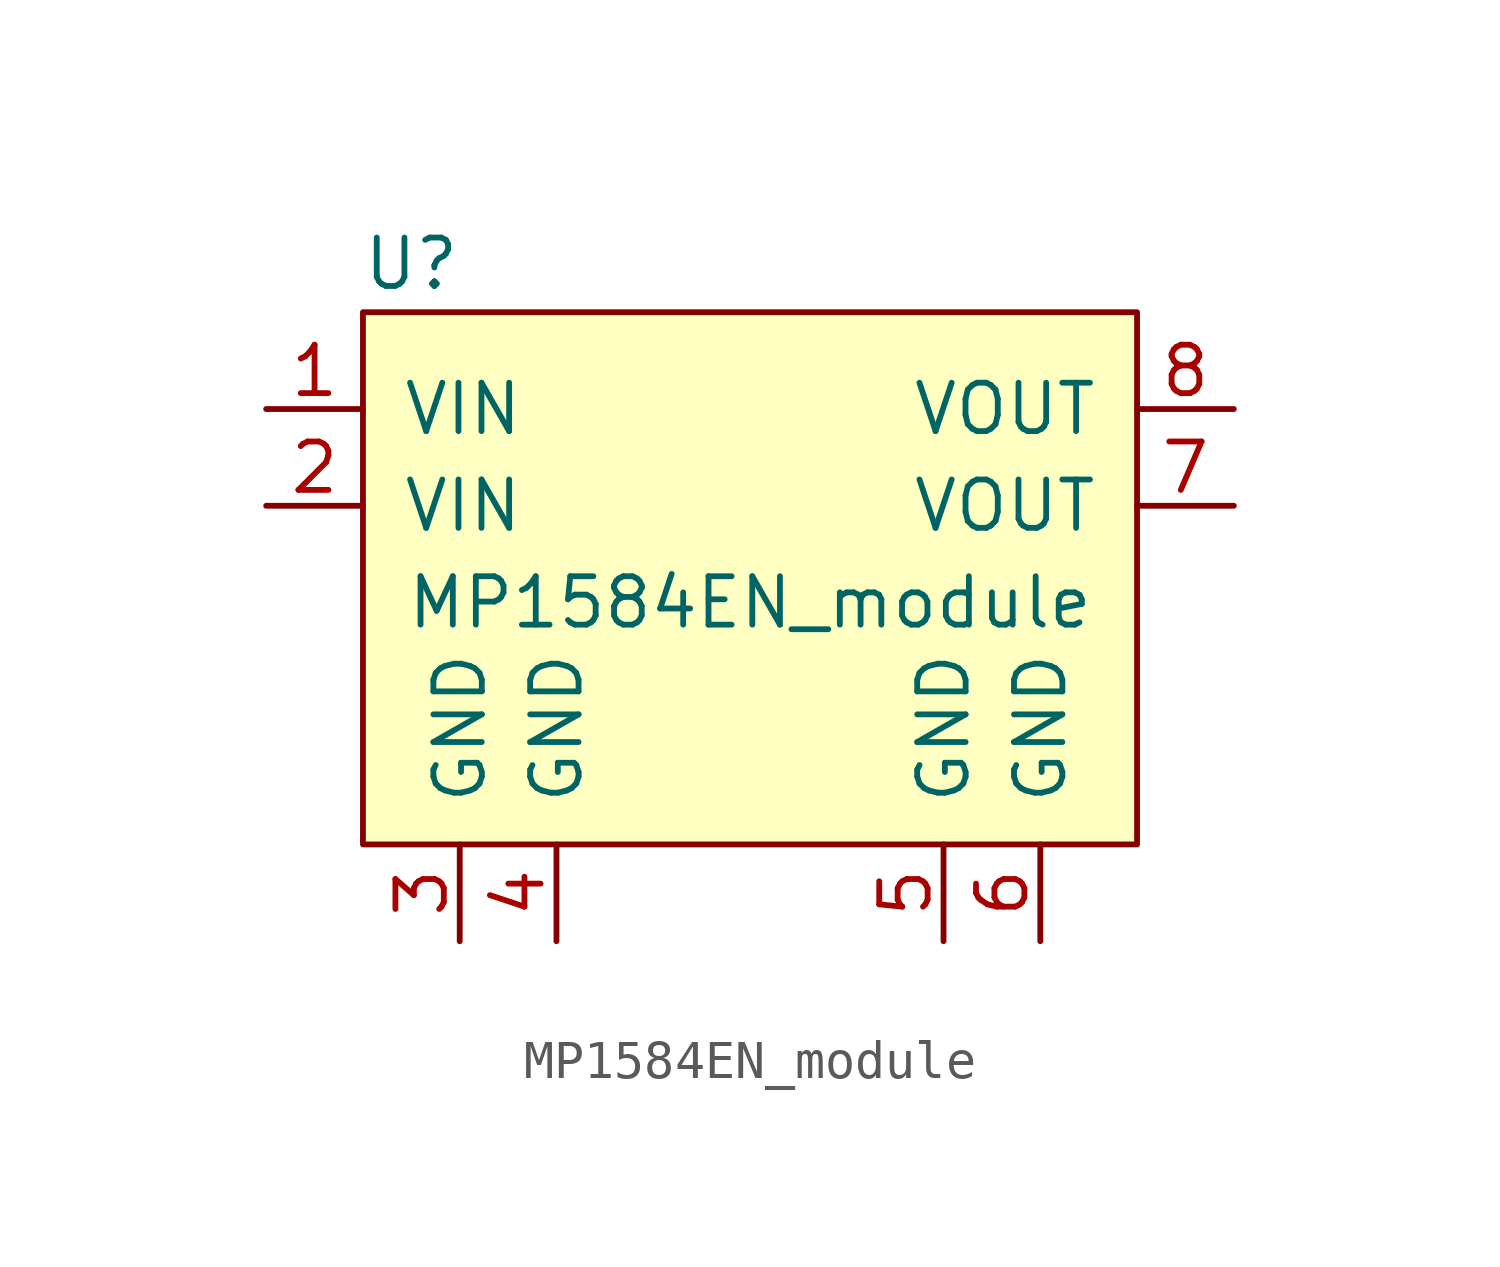
<source format=kicad_sym>
(kicad_symbol_lib
  (version 20211014)
  (generator kicad_symbol_editor)
  (symbol "MP1584EN_module"
    (pin_names
      (offset 1.016))
    (property "Reference" "U"
      (at -8.89 10.16 0)
      (effects (font (size 1.27 1.27))))
    (property "Value" "MP1584EN_module"
      (at 0 1.27 0)
      (effects (font (size 1.27 1.27))))
    (symbol "MP1584EN_module_0_1"
      (rectangle (start -10.16 8.89) (end 10.16 -5.08) (stroke (width 0) (type default) (color 0 0 0 0)) (fill (type background))))
    (symbol "MP1584EN_module_1_1"
      (pin power_in line (at -12.7 6.35 0) (length 2.54) (name "VIN" (effects (font (size 1.27 1.27)))) (number "1" (effects (font (size 1.27 1.27)))))
      (pin power_in line (at -12.7 3.81 0) (length 2.54) (name "VIN" (effects (font (size 1.27 1.27)))) (number "2" (effects (font (size 1.27 1.27)))))
      (pin power_in line (at -7.62 -7.62 90) (length 2.54) (name "GND" (effects (font (size 1.27 1.27)))) (number "3" (effects (font (size 1.27 1.27)))))
      (pin power_in line (at -5.08 -7.62 90) (length 2.54) (name "GND" (effects (font (size 1.27 1.27)))) (number "4" (effects (font (size 1.27 1.27)))))
      (pin power_in line (at 5.08 -7.62 90) (length 2.54) (name "GND" (effects (font (size 1.27 1.27)))) (number "5" (effects (font (size 1.27 1.27)))))
      (pin power_in line (at 7.62 -7.62 90) (length 2.54) (name "GND" (effects (font (size 1.27 1.27)))) (number "6" (effects (font (size 1.27 1.27)))))
      (pin power_out line (at 12.7 3.81 180) (length 2.54) (name "VOUT" (effects (font (size 1.27 1.27)))) (number "7" (effects (font (size 1.27 1.27)))))
      (pin power_out line (at 12.7 6.35 180) (length 2.54) (name "VOUT" (effects (font (size 1.27 1.27)))) (number "8" (effects (font (size 1.27 1.27))))))))
</source>
